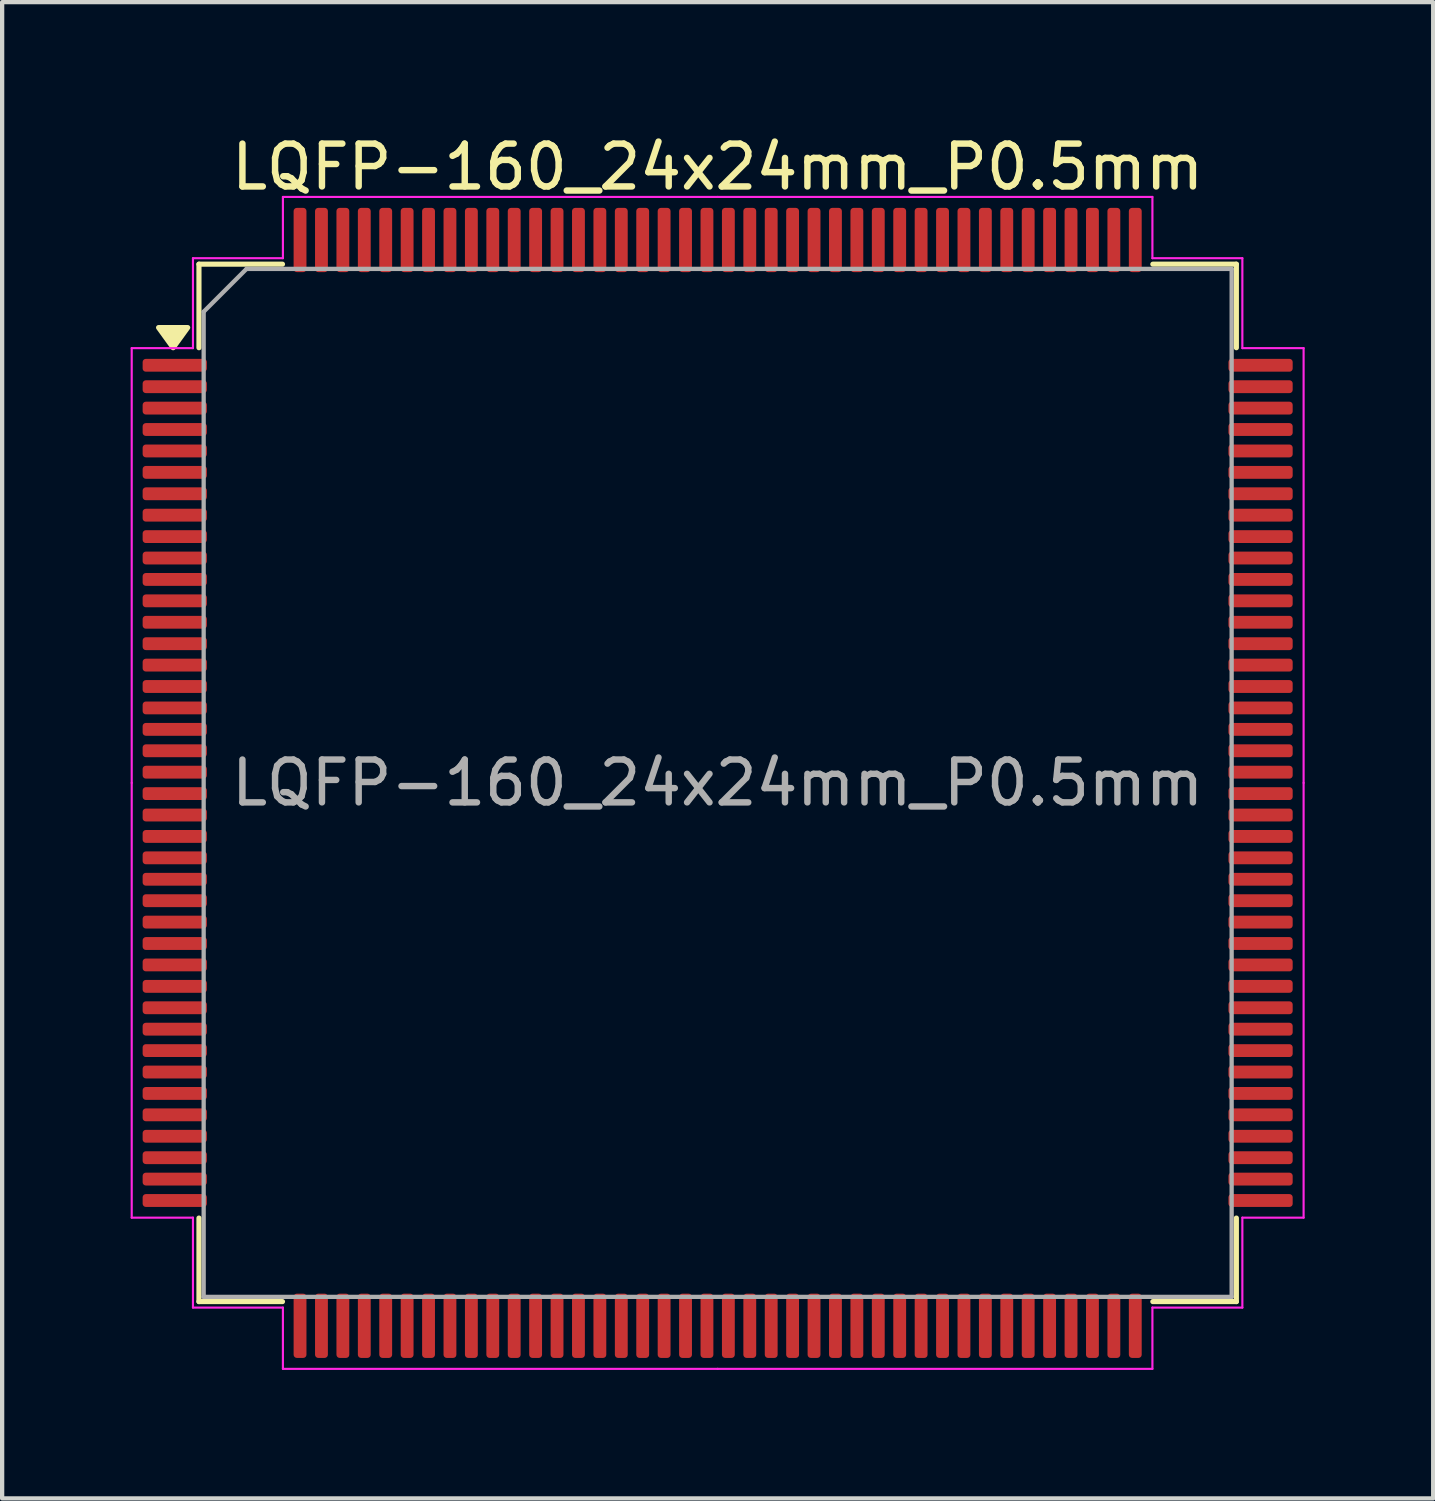
<source format=kicad_pcb>
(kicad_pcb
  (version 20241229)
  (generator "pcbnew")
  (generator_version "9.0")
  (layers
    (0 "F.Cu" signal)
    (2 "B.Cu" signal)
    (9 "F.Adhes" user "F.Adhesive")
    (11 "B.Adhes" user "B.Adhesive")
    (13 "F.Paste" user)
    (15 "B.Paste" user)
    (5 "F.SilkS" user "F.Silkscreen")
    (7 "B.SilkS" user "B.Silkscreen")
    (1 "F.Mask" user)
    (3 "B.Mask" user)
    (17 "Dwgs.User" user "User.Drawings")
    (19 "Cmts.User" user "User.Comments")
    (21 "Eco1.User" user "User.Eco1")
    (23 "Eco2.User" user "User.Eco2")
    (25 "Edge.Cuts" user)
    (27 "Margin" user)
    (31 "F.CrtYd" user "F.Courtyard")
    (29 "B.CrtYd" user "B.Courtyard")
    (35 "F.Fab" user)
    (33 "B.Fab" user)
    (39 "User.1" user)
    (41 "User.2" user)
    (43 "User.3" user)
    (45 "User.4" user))
  (footprint "LQFP-160_24x24mm_P0.5mm"
    (layer "F.Cu")
    (at 13.705 15.228)
    (property "Reference" "LQFP-160_24x24mm_P0.5mm" (at 0 -14.38 0) (layer "F.SilkS") (effects (font (size 1 1) (thickness 0.15))))
    (attr smd)
    (fp_line (start -12.11 -12.11) (end -12.11 -10.16) (stroke (width 0.12) (type solid)) (layer "F.SilkS"))
    (fp_line (start -12.11 12.11) (end -12.11 10.16) (stroke (width 0.12) (type solid)) (layer "F.SilkS"))
    (fp_line (start -10.16 -12.11) (end -12.11 -12.11) (stroke (width 0.12) (type solid)) (layer "F.SilkS"))
    (fp_line (start -10.16 12.11) (end -12.11 12.11) (stroke (width 0.12) (type solid)) (layer "F.SilkS"))
    (fp_line (start 10.16 -12.11) (end 12.11 -12.11) (stroke (width 0.12) (type solid)) (layer "F.SilkS"))
    (fp_line (start 10.16 12.11) (end 12.11 12.11) (stroke (width 0.12) (type solid)) (layer "F.SilkS"))
    (fp_line (start 12.11 -12.11) (end 12.11 -10.16) (stroke (width 0.12) (type solid)) (layer "F.SilkS"))
    (fp_line (start 12.11 12.11) (end 12.11 10.16) (stroke (width 0.12) (type solid)) (layer "F.SilkS"))
    (fp_poly (pts (xy -12.713 -10.16) (xy -13.053 -10.63) (xy -12.373 -10.63) (xy -12.713 -10.16)) (stroke (width 0.12) (type solid)) (fill yes) (layer "F.SilkS"))
    (fp_line (start -13.68 -10.15) (end -13.68 0) (stroke (width 0.05) (type solid)) (layer "F.CrtYd"))
    (fp_line (start -13.68 10.15) (end -13.68 0) (stroke (width 0.05) (type solid)) (layer "F.CrtYd"))
    (fp_line (start -12.25 -12.25) (end -12.25 -10.15) (stroke (width 0.05) (type solid)) (layer "F.CrtYd"))
    (fp_line (start -12.25 -10.15) (end -13.68 -10.15) (stroke (width 0.05) (type solid)) (layer "F.CrtYd"))
    (fp_line (start -12.25 10.15) (end -13.68 10.15) (stroke (width 0.05) (type solid)) (layer "F.CrtYd"))
    (fp_line (start -12.25 12.25) (end -12.25 10.15) (stroke (width 0.05) (type solid)) (layer "F.CrtYd"))
    (fp_line (start -10.15 -13.68) (end -10.15 -12.25) (stroke (width 0.05) (type solid)) (layer "F.CrtYd"))
    (fp_line (start -10.15 -12.25) (end -12.25 -12.25) (stroke (width 0.05) (type solid)) (layer "F.CrtYd"))
    (fp_line (start -10.15 12.25) (end -12.25 12.25) (stroke (width 0.05) (type solid)) (layer "F.CrtYd"))
    (fp_line (start -10.15 13.68) (end -10.15 12.25) (stroke (width 0.05) (type solid)) (layer "F.CrtYd"))
    (fp_line (start 0 -13.68) (end -10.15 -13.68) (stroke (width 0.05) (type solid)) (layer "F.CrtYd"))
    (fp_line (start 0 -13.68) (end 10.15 -13.68) (stroke (width 0.05) (type solid)) (layer "F.CrtYd"))
    (fp_line (start 0 13.68) (end -10.15 13.68) (stroke (width 0.05) (type solid)) (layer "F.CrtYd"))
    (fp_line (start 0 13.68) (end 10.15 13.68) (stroke (width 0.05) (type solid)) (layer "F.CrtYd"))
    (fp_line (start 10.15 -13.68) (end 10.15 -12.25) (stroke (width 0.05) (type solid)) (layer "F.CrtYd"))
    (fp_line (start 10.15 -12.25) (end 12.25 -12.25) (stroke (width 0.05) (type solid)) (layer "F.CrtYd"))
    (fp_line (start 10.15 12.25) (end 12.25 12.25) (stroke (width 0.05) (type solid)) (layer "F.CrtYd"))
    (fp_line (start 10.15 13.68) (end 10.15 12.25) (stroke (width 0.05) (type solid)) (layer "F.CrtYd"))
    (fp_line (start 12.25 -12.25) (end 12.25 -10.15) (stroke (width 0.05) (type solid)) (layer "F.CrtYd"))
    (fp_line (start 12.25 -10.15) (end 13.68 -10.15) (stroke (width 0.05) (type solid)) (layer "F.CrtYd"))
    (fp_line (start 12.25 10.15) (end 13.68 10.15) (stroke (width 0.05) (type solid)) (layer "F.CrtYd"))
    (fp_line (start 12.25 12.25) (end 12.25 10.15) (stroke (width 0.05) (type solid)) (layer "F.CrtYd"))
    (fp_line (start 13.68 -10.15) (end 13.68 0) (stroke (width 0.05) (type solid)) (layer "F.CrtYd"))
    (fp_line (start 13.68 10.15) (end 13.68 0) (stroke (width 0.05) (type solid)) (layer "F.CrtYd"))
    (fp_line (start -12 -11) (end -11 -12) (stroke (width 0.1) (type solid)) (layer "F.Fab"))
    (fp_line (start -12 12) (end -12 -11) (stroke (width 0.1) (type solid)) (layer "F.Fab"))
    (fp_line (start -11 -12) (end 12 -12) (stroke (width 0.1) (type solid)) (layer "F.Fab"))
    (fp_line (start 12 -12) (end 12 12) (stroke (width 0.1) (type solid)) (layer "F.Fab"))
    (fp_line (start 12 12) (end -12 12) (stroke (width 0.1) (type solid)) (layer "F.Fab"))
    (fp_text user "${REFERENCE}" (at 0 0 0) (layer "F.Fab") (effects (font (size 1 1) (thickness 0.15))))
    (pad "1" smd roundrect (at -12.675 -9.75) (size 1.5 0.3) (layers "F.Cu" "F.Mask" "F.Paste") (roundrect_rratio 0.25))
    (pad "2" smd roundrect (at -12.675 -9.25) (size 1.5 0.3) (layers "F.Cu" "F.Mask" "F.Paste") (roundrect_rratio 0.25))
    (pad "3" smd roundrect (at -12.675 -8.75) (size 1.5 0.3) (layers "F.Cu" "F.Mask" "F.Paste") (roundrect_rratio 0.25))
    (pad "4" smd roundrect (at -12.675 -8.25) (size 1.5 0.3) (layers "F.Cu" "F.Mask" "F.Paste") (roundrect_rratio 0.25))
    (pad "5" smd roundrect (at -12.675 -7.75) (size 1.5 0.3) (layers "F.Cu" "F.Mask" "F.Paste") (roundrect_rratio 0.25))
    (pad "6" smd roundrect (at -12.675 -7.25) (size 1.5 0.3) (layers "F.Cu" "F.Mask" "F.Paste") (roundrect_rratio 0.25))
    (pad "7" smd roundrect (at -12.675 -6.75) (size 1.5 0.3) (layers "F.Cu" "F.Mask" "F.Paste") (roundrect_rratio 0.25))
    (pad "8" smd roundrect (at -12.675 -6.25) (size 1.5 0.3) (layers "F.Cu" "F.Mask" "F.Paste") (roundrect_rratio 0.25))
    (pad "9" smd roundrect (at -12.675 -5.75) (size 1.5 0.3) (layers "F.Cu" "F.Mask" "F.Paste") (roundrect_rratio 0.25))
    (pad "10" smd roundrect (at -12.675 -5.25) (size 1.5 0.3) (layers "F.Cu" "F.Mask" "F.Paste") (roundrect_rratio 0.25))
    (pad "11" smd roundrect (at -12.675 -4.75) (size 1.5 0.3) (layers "F.Cu" "F.Mask" "F.Paste") (roundrect_rratio 0.25))
    (pad "12" smd roundrect (at -12.675 -4.25) (size 1.5 0.3) (layers "F.Cu" "F.Mask" "F.Paste") (roundrect_rratio 0.25))
    (pad "13" smd roundrect (at -12.675 -3.75) (size 1.5 0.3) (layers "F.Cu" "F.Mask" "F.Paste") (roundrect_rratio 0.25))
    (pad "14" smd roundrect (at -12.675 -3.25) (size 1.5 0.3) (layers "F.Cu" "F.Mask" "F.Paste") (roundrect_rratio 0.25))
    (pad "15" smd roundrect (at -12.675 -2.75) (size 1.5 0.3) (layers "F.Cu" "F.Mask" "F.Paste") (roundrect_rratio 0.25))
    (pad "16" smd roundrect (at -12.675 -2.25) (size 1.5 0.3) (layers "F.Cu" "F.Mask" "F.Paste") (roundrect_rratio 0.25))
    (pad "17" smd roundrect (at -12.675 -1.75) (size 1.5 0.3) (layers "F.Cu" "F.Mask" "F.Paste") (roundrect_rratio 0.25))
    (pad "18" smd roundrect (at -12.675 -1.25) (size 1.5 0.3) (layers "F.Cu" "F.Mask" "F.Paste") (roundrect_rratio 0.25))
    (pad "19" smd roundrect (at -12.675 -0.75) (size 1.5 0.3) (layers "F.Cu" "F.Mask" "F.Paste") (roundrect_rratio 0.25))
    (pad "20" smd roundrect (at -12.675 -0.25) (size 1.5 0.3) (layers "F.Cu" "F.Mask" "F.Paste") (roundrect_rratio 0.25))
    (pad "21" smd roundrect (at -12.675 0.25) (size 1.5 0.3) (layers "F.Cu" "F.Mask" "F.Paste") (roundrect_rratio 0.25))
    (pad "22" smd roundrect (at -12.675 0.75) (size 1.5 0.3) (layers "F.Cu" "F.Mask" "F.Paste") (roundrect_rratio 0.25))
    (pad "23" smd roundrect (at -12.675 1.25) (size 1.5 0.3) (layers "F.Cu" "F.Mask" "F.Paste") (roundrect_rratio 0.25))
    (pad "24" smd roundrect (at -12.675 1.75) (size 1.5 0.3) (layers "F.Cu" "F.Mask" "F.Paste") (roundrect_rratio 0.25))
    (pad "25" smd roundrect (at -12.675 2.25) (size 1.5 0.3) (layers "F.Cu" "F.Mask" "F.Paste") (roundrect_rratio 0.25))
    (pad "26" smd roundrect (at -12.675 2.75) (size 1.5 0.3) (layers "F.Cu" "F.Mask" "F.Paste") (roundrect_rratio 0.25))
    (pad "27" smd roundrect (at -12.675 3.25) (size 1.5 0.3) (layers "F.Cu" "F.Mask" "F.Paste") (roundrect_rratio 0.25))
    (pad "28" smd roundrect (at -12.675 3.75) (size 1.5 0.3) (layers "F.Cu" "F.Mask" "F.Paste") (roundrect_rratio 0.25))
    (pad "29" smd roundrect (at -12.675 4.25) (size 1.5 0.3) (layers "F.Cu" "F.Mask" "F.Paste") (roundrect_rratio 0.25))
    (pad "30" smd roundrect (at -12.675 4.75) (size 1.5 0.3) (layers "F.Cu" "F.Mask" "F.Paste") (roundrect_rratio 0.25))
    (pad "31" smd roundrect (at -12.675 5.25) (size 1.5 0.3) (layers "F.Cu" "F.Mask" "F.Paste") (roundrect_rratio 0.25))
    (pad "32" smd roundrect (at -12.675 5.75) (size 1.5 0.3) (layers "F.Cu" "F.Mask" "F.Paste") (roundrect_rratio 0.25))
    (pad "33" smd roundrect (at -12.675 6.25) (size 1.5 0.3) (layers "F.Cu" "F.Mask" "F.Paste") (roundrect_rratio 0.25))
    (pad "34" smd roundrect (at -12.675 6.75) (size 1.5 0.3) (layers "F.Cu" "F.Mask" "F.Paste") (roundrect_rratio 0.25))
    (pad "35" smd roundrect (at -12.675 7.25) (size 1.5 0.3) (layers "F.Cu" "F.Mask" "F.Paste") (roundrect_rratio 0.25))
    (pad "36" smd roundrect (at -12.675 7.75) (size 1.5 0.3) (layers "F.Cu" "F.Mask" "F.Paste") (roundrect_rratio 0.25))
    (pad "37" smd roundrect (at -12.675 8.25) (size 1.5 0.3) (layers "F.Cu" "F.Mask" "F.Paste") (roundrect_rratio 0.25))
    (pad "38" smd roundrect (at -12.675 8.75) (size 1.5 0.3) (layers "F.Cu" "F.Mask" "F.Paste") (roundrect_rratio 0.25))
    (pad "39" smd roundrect (at -12.675 9.25) (size 1.5 0.3) (layers "F.Cu" "F.Mask" "F.Paste") (roundrect_rratio 0.25))
    (pad "40" smd roundrect (at -12.675 9.75) (size 1.5 0.3) (layers "F.Cu" "F.Mask" "F.Paste") (roundrect_rratio 0.25))
    (pad "41" smd roundrect (at -9.75 12.675) (size 0.3 1.5) (layers "F.Cu" "F.Mask" "F.Paste") (roundrect_rratio 0.25))
    (pad "42" smd roundrect (at -9.25 12.675) (size 0.3 1.5) (layers "F.Cu" "F.Mask" "F.Paste") (roundrect_rratio 0.25))
    (pad "43" smd roundrect (at -8.75 12.675) (size 0.3 1.5) (layers "F.Cu" "F.Mask" "F.Paste") (roundrect_rratio 0.25))
    (pad "44" smd roundrect (at -8.25 12.675) (size 0.3 1.5) (layers "F.Cu" "F.Mask" "F.Paste") (roundrect_rratio 0.25))
    (pad "45" smd roundrect (at -7.75 12.675) (size 0.3 1.5) (layers "F.Cu" "F.Mask" "F.Paste") (roundrect_rratio 0.25))
    (pad "46" smd roundrect (at -7.25 12.675) (size 0.3 1.5) (layers "F.Cu" "F.Mask" "F.Paste") (roundrect_rratio 0.25))
    (pad "47" smd roundrect (at -6.75 12.675) (size 0.3 1.5) (layers "F.Cu" "F.Mask" "F.Paste") (roundrect_rratio 0.25))
    (pad "48" smd roundrect (at -6.25 12.675) (size 0.3 1.5) (layers "F.Cu" "F.Mask" "F.Paste") (roundrect_rratio 0.25))
    (pad "49" smd roundrect (at -5.75 12.675) (size 0.3 1.5) (layers "F.Cu" "F.Mask" "F.Paste") (roundrect_rratio 0.25))
    (pad "50" smd roundrect (at -5.25 12.675) (size 0.3 1.5) (layers "F.Cu" "F.Mask" "F.Paste") (roundrect_rratio 0.25))
    (pad "51" smd roundrect (at -4.75 12.675) (size 0.3 1.5) (layers "F.Cu" "F.Mask" "F.Paste") (roundrect_rratio 0.25))
    (pad "52" smd roundrect (at -4.25 12.675) (size 0.3 1.5) (layers "F.Cu" "F.Mask" "F.Paste") (roundrect_rratio 0.25))
    (pad "53" smd roundrect (at -3.75 12.675) (size 0.3 1.5) (layers "F.Cu" "F.Mask" "F.Paste") (roundrect_rratio 0.25))
    (pad "54" smd roundrect (at -3.25 12.675) (size 0.3 1.5) (layers "F.Cu" "F.Mask" "F.Paste") (roundrect_rratio 0.25))
    (pad "55" smd roundrect (at -2.75 12.675) (size 0.3 1.5) (layers "F.Cu" "F.Mask" "F.Paste") (roundrect_rratio 0.25))
    (pad "56" smd roundrect (at -2.25 12.675) (size 0.3 1.5) (layers "F.Cu" "F.Mask" "F.Paste") (roundrect_rratio 0.25))
    (pad "57" smd roundrect (at -1.75 12.675) (size 0.3 1.5) (layers "F.Cu" "F.Mask" "F.Paste") (roundrect_rratio 0.25))
    (pad "58" smd roundrect (at -1.25 12.675) (size 0.3 1.5) (layers "F.Cu" "F.Mask" "F.Paste") (roundrect_rratio 0.25))
    (pad "59" smd roundrect (at -0.75 12.675) (size 0.3 1.5) (layers "F.Cu" "F.Mask" "F.Paste") (roundrect_rratio 0.25))
    (pad "60" smd roundrect (at -0.25 12.675) (size 0.3 1.5) (layers "F.Cu" "F.Mask" "F.Paste") (roundrect_rratio 0.25))
    (pad "61" smd roundrect (at 0.25 12.675) (size 0.3 1.5) (layers "F.Cu" "F.Mask" "F.Paste") (roundrect_rratio 0.25))
    (pad "62" smd roundrect (at 0.75 12.675) (size 0.3 1.5) (layers "F.Cu" "F.Mask" "F.Paste") (roundrect_rratio 0.25))
    (pad "63" smd roundrect (at 1.25 12.675) (size 0.3 1.5) (layers "F.Cu" "F.Mask" "F.Paste") (roundrect_rratio 0.25))
    (pad "64" smd roundrect (at 1.75 12.675) (size 0.3 1.5) (layers "F.Cu" "F.Mask" "F.Paste") (roundrect_rratio 0.25))
    (pad "65" smd roundrect (at 2.25 12.675) (size 0.3 1.5) (layers "F.Cu" "F.Mask" "F.Paste") (roundrect_rratio 0.25))
    (pad "66" smd roundrect (at 2.75 12.675) (size 0.3 1.5) (layers "F.Cu" "F.Mask" "F.Paste") (roundrect_rratio 0.25))
    (pad "67" smd roundrect (at 3.25 12.675) (size 0.3 1.5) (layers "F.Cu" "F.Mask" "F.Paste") (roundrect_rratio 0.25))
    (pad "68" smd roundrect (at 3.75 12.675) (size 0.3 1.5) (layers "F.Cu" "F.Mask" "F.Paste") (roundrect_rratio 0.25))
    (pad "69" smd roundrect (at 4.25 12.675) (size 0.3 1.5) (layers "F.Cu" "F.Mask" "F.Paste") (roundrect_rratio 0.25))
    (pad "70" smd roundrect (at 4.75 12.675) (size 0.3 1.5) (layers "F.Cu" "F.Mask" "F.Paste") (roundrect_rratio 0.25))
    (pad "71" smd roundrect (at 5.25 12.675) (size 0.3 1.5) (layers "F.Cu" "F.Mask" "F.Paste") (roundrect_rratio 0.25))
    (pad "72" smd roundrect (at 5.75 12.675) (size 0.3 1.5) (layers "F.Cu" "F.Mask" "F.Paste") (roundrect_rratio 0.25))
    (pad "73" smd roundrect (at 6.25 12.675) (size 0.3 1.5) (layers "F.Cu" "F.Mask" "F.Paste") (roundrect_rratio 0.25))
    (pad "74" smd roundrect (at 6.75 12.675) (size 0.3 1.5) (layers "F.Cu" "F.Mask" "F.Paste") (roundrect_rratio 0.25))
    (pad "75" smd roundrect (at 7.25 12.675) (size 0.3 1.5) (layers "F.Cu" "F.Mask" "F.Paste") (roundrect_rratio 0.25))
    (pad "76" smd roundrect (at 7.75 12.675) (size 0.3 1.5) (layers "F.Cu" "F.Mask" "F.Paste") (roundrect_rratio 0.25))
    (pad "77" smd roundrect (at 8.25 12.675) (size 0.3 1.5) (layers "F.Cu" "F.Mask" "F.Paste") (roundrect_rratio 0.25))
    (pad "78" smd roundrect (at 8.75 12.675) (size 0.3 1.5) (layers "F.Cu" "F.Mask" "F.Paste") (roundrect_rratio 0.25))
    (pad "79" smd roundrect (at 9.25 12.675) (size 0.3 1.5) (layers "F.Cu" "F.Mask" "F.Paste") (roundrect_rratio 0.25))
    (pad "80" smd roundrect (at 9.75 12.675) (size 0.3 1.5) (layers "F.Cu" "F.Mask" "F.Paste") (roundrect_rratio 0.25))
    (pad "81" smd roundrect (at 12.675 9.75) (size 1.5 0.3) (layers "F.Cu" "F.Mask" "F.Paste") (roundrect_rratio 0.25))
    (pad "82" smd roundrect (at 12.675 9.25) (size 1.5 0.3) (layers "F.Cu" "F.Mask" "F.Paste") (roundrect_rratio 0.25))
    (pad "83" smd roundrect (at 12.675 8.75) (size 1.5 0.3) (layers "F.Cu" "F.Mask" "F.Paste") (roundrect_rratio 0.25))
    (pad "84" smd roundrect (at 12.675 8.25) (size 1.5 0.3) (layers "F.Cu" "F.Mask" "F.Paste") (roundrect_rratio 0.25))
    (pad "85" smd roundrect (at 12.675 7.75) (size 1.5 0.3) (layers "F.Cu" "F.Mask" "F.Paste") (roundrect_rratio 0.25))
    (pad "86" smd roundrect (at 12.675 7.25) (size 1.5 0.3) (layers "F.Cu" "F.Mask" "F.Paste") (roundrect_rratio 0.25))
    (pad "87" smd roundrect (at 12.675 6.75) (size 1.5 0.3) (layers "F.Cu" "F.Mask" "F.Paste") (roundrect_rratio 0.25))
    (pad "88" smd roundrect (at 12.675 6.25) (size 1.5 0.3) (layers "F.Cu" "F.Mask" "F.Paste") (roundrect_rratio 0.25))
    (pad "89" smd roundrect (at 12.675 5.75) (size 1.5 0.3) (layers "F.Cu" "F.Mask" "F.Paste") (roundrect_rratio 0.25))
    (pad "90" smd roundrect (at 12.675 5.25) (size 1.5 0.3) (layers "F.Cu" "F.Mask" "F.Paste") (roundrect_rratio 0.25))
    (pad "91" smd roundrect (at 12.675 4.75) (size 1.5 0.3) (layers "F.Cu" "F.Mask" "F.Paste") (roundrect_rratio 0.25))
    (pad "92" smd roundrect (at 12.675 4.25) (size 1.5 0.3) (layers "F.Cu" "F.Mask" "F.Paste") (roundrect_rratio 0.25))
    (pad "93" smd roundrect (at 12.675 3.75) (size 1.5 0.3) (layers "F.Cu" "F.Mask" "F.Paste") (roundrect_rratio 0.25))
    (pad "94" smd roundrect (at 12.675 3.25) (size 1.5 0.3) (layers "F.Cu" "F.Mask" "F.Paste") (roundrect_rratio 0.25))
    (pad "95" smd roundrect (at 12.675 2.75) (size 1.5 0.3) (layers "F.Cu" "F.Mask" "F.Paste") (roundrect_rratio 0.25))
    (pad "96" smd roundrect (at 12.675 2.25) (size 1.5 0.3) (layers "F.Cu" "F.Mask" "F.Paste") (roundrect_rratio 0.25))
    (pad "97" smd roundrect (at 12.675 1.75) (size 1.5 0.3) (layers "F.Cu" "F.Mask" "F.Paste") (roundrect_rratio 0.25))
    (pad "98" smd roundrect (at 12.675 1.25) (size 1.5 0.3) (layers "F.Cu" "F.Mask" "F.Paste") (roundrect_rratio 0.25))
    (pad "99" smd roundrect (at 12.675 0.75) (size 1.5 0.3) (layers "F.Cu" "F.Mask" "F.Paste") (roundrect_rratio 0.25))
    (pad "100" smd roundrect (at 12.675 0.25) (size 1.5 0.3) (layers "F.Cu" "F.Mask" "F.Paste") (roundrect_rratio 0.25))
    (pad "101" smd roundrect (at 12.675 -0.25) (size 1.5 0.3) (layers "F.Cu" "F.Mask" "F.Paste") (roundrect_rratio 0.25))
    (pad "102" smd roundrect (at 12.675 -0.75) (size 1.5 0.3) (layers "F.Cu" "F.Mask" "F.Paste") (roundrect_rratio 0.25))
    (pad "103" smd roundrect (at 12.675 -1.25) (size 1.5 0.3) (layers "F.Cu" "F.Mask" "F.Paste") (roundrect_rratio 0.25))
    (pad "104" smd roundrect (at 12.675 -1.75) (size 1.5 0.3) (layers "F.Cu" "F.Mask" "F.Paste") (roundrect_rratio 0.25))
    (pad "105" smd roundrect (at 12.675 -2.25) (size 1.5 0.3) (layers "F.Cu" "F.Mask" "F.Paste") (roundrect_rratio 0.25))
    (pad "106" smd roundrect (at 12.675 -2.75) (size 1.5 0.3) (layers "F.Cu" "F.Mask" "F.Paste") (roundrect_rratio 0.25))
    (pad "107" smd roundrect (at 12.675 -3.25) (size 1.5 0.3) (layers "F.Cu" "F.Mask" "F.Paste") (roundrect_rratio 0.25))
    (pad "108" smd roundrect (at 12.675 -3.75) (size 1.5 0.3) (layers "F.Cu" "F.Mask" "F.Paste") (roundrect_rratio 0.25))
    (pad "109" smd roundrect (at 12.675 -4.25) (size 1.5 0.3) (layers "F.Cu" "F.Mask" "F.Paste") (roundrect_rratio 0.25))
    (pad "110" smd roundrect (at 12.675 -4.75) (size 1.5 0.3) (layers "F.Cu" "F.Mask" "F.Paste") (roundrect_rratio 0.25))
    (pad "111" smd roundrect (at 12.675 -5.25) (size 1.5 0.3) (layers "F.Cu" "F.Mask" "F.Paste") (roundrect_rratio 0.25))
    (pad "112" smd roundrect (at 12.675 -5.75) (size 1.5 0.3) (layers "F.Cu" "F.Mask" "F.Paste") (roundrect_rratio 0.25))
    (pad "113" smd roundrect (at 12.675 -6.25) (size 1.5 0.3) (layers "F.Cu" "F.Mask" "F.Paste") (roundrect_rratio 0.25))
    (pad "114" smd roundrect (at 12.675 -6.75) (size 1.5 0.3) (layers "F.Cu" "F.Mask" "F.Paste") (roundrect_rratio 0.25))
    (pad "115" smd roundrect (at 12.675 -7.25) (size 1.5 0.3) (layers "F.Cu" "F.Mask" "F.Paste") (roundrect_rratio 0.25))
    (pad "116" smd roundrect (at 12.675 -7.75) (size 1.5 0.3) (layers "F.Cu" "F.Mask" "F.Paste") (roundrect_rratio 0.25))
    (pad "117" smd roundrect (at 12.675 -8.25) (size 1.5 0.3) (layers "F.Cu" "F.Mask" "F.Paste") (roundrect_rratio 0.25))
    (pad "118" smd roundrect (at 12.675 -8.75) (size 1.5 0.3) (layers "F.Cu" "F.Mask" "F.Paste") (roundrect_rratio 0.25))
    (pad "119" smd roundrect (at 12.675 -9.25) (size 1.5 0.3) (layers "F.Cu" "F.Mask" "F.Paste") (roundrect_rratio 0.25))
    (pad "120" smd roundrect (at 12.675 -9.75) (size 1.5 0.3) (layers "F.Cu" "F.Mask" "F.Paste") (roundrect_rratio 0.25))
    (pad "121" smd roundrect (at 9.75 -12.675) (size 0.3 1.5) (layers "F.Cu" "F.Mask" "F.Paste") (roundrect_rratio 0.25))
    (pad "122" smd roundrect (at 9.25 -12.675) (size 0.3 1.5) (layers "F.Cu" "F.Mask" "F.Paste") (roundrect_rratio 0.25))
    (pad "123" smd roundrect (at 8.75 -12.675) (size 0.3 1.5) (layers "F.Cu" "F.Mask" "F.Paste") (roundrect_rratio 0.25))
    (pad "124" smd roundrect (at 8.25 -12.675) (size 0.3 1.5) (layers "F.Cu" "F.Mask" "F.Paste") (roundrect_rratio 0.25))
    (pad "125" smd roundrect (at 7.75 -12.675) (size 0.3 1.5) (layers "F.Cu" "F.Mask" "F.Paste") (roundrect_rratio 0.25))
    (pad "126" smd roundrect (at 7.25 -12.675) (size 0.3 1.5) (layers "F.Cu" "F.Mask" "F.Paste") (roundrect_rratio 0.25))
    (pad "127" smd roundrect (at 6.75 -12.675) (size 0.3 1.5) (layers "F.Cu" "F.Mask" "F.Paste") (roundrect_rratio 0.25))
    (pad "128" smd roundrect (at 6.25 -12.675) (size 0.3 1.5) (layers "F.Cu" "F.Mask" "F.Paste") (roundrect_rratio 0.25))
    (pad "129" smd roundrect (at 5.75 -12.675) (size 0.3 1.5) (layers "F.Cu" "F.Mask" "F.Paste") (roundrect_rratio 0.25))
    (pad "130" smd roundrect (at 5.25 -12.675) (size 0.3 1.5) (layers "F.Cu" "F.Mask" "F.Paste") (roundrect_rratio 0.25))
    (pad "131" smd roundrect (at 4.75 -12.675) (size 0.3 1.5) (layers "F.Cu" "F.Mask" "F.Paste") (roundrect_rratio 0.25))
    (pad "132" smd roundrect (at 4.25 -12.675) (size 0.3 1.5) (layers "F.Cu" "F.Mask" "F.Paste") (roundrect_rratio 0.25))
    (pad "133" smd roundrect (at 3.75 -12.675) (size 0.3 1.5) (layers "F.Cu" "F.Mask" "F.Paste") (roundrect_rratio 0.25))
    (pad "134" smd roundrect (at 3.25 -12.675) (size 0.3 1.5) (layers "F.Cu" "F.Mask" "F.Paste") (roundrect_rratio 0.25))
    (pad "135" smd roundrect (at 2.75 -12.675) (size 0.3 1.5) (layers "F.Cu" "F.Mask" "F.Paste") (roundrect_rratio 0.25))
    (pad "136" smd roundrect (at 2.25 -12.675) (size 0.3 1.5) (layers "F.Cu" "F.Mask" "F.Paste") (roundrect_rratio 0.25))
    (pad "137" smd roundrect (at 1.75 -12.675) (size 0.3 1.5) (layers "F.Cu" "F.Mask" "F.Paste") (roundrect_rratio 0.25))
    (pad "138" smd roundrect (at 1.25 -12.675) (size 0.3 1.5) (layers "F.Cu" "F.Mask" "F.Paste") (roundrect_rratio 0.25))
    (pad "139" smd roundrect (at 0.75 -12.675) (size 0.3 1.5) (layers "F.Cu" "F.Mask" "F.Paste") (roundrect_rratio 0.25))
    (pad "140" smd roundrect (at 0.25 -12.675) (size 0.3 1.5) (layers "F.Cu" "F.Mask" "F.Paste") (roundrect_rratio 0.25))
    (pad "141" smd roundrect (at -0.25 -12.675) (size 0.3 1.5) (layers "F.Cu" "F.Mask" "F.Paste") (roundrect_rratio 0.25))
    (pad "142" smd roundrect (at -0.75 -12.675) (size 0.3 1.5) (layers "F.Cu" "F.Mask" "F.Paste") (roundrect_rratio 0.25))
    (pad "143" smd roundrect (at -1.25 -12.675) (size 0.3 1.5) (layers "F.Cu" "F.Mask" "F.Paste") (roundrect_rratio 0.25))
    (pad "144" smd roundrect (at -1.75 -12.675) (size 0.3 1.5) (layers "F.Cu" "F.Mask" "F.Paste") (roundrect_rratio 0.25))
    (pad "145" smd roundrect (at -2.25 -12.675) (size 0.3 1.5) (layers "F.Cu" "F.Mask" "F.Paste") (roundrect_rratio 0.25))
    (pad "146" smd roundrect (at -2.75 -12.675) (size 0.3 1.5) (layers "F.Cu" "F.Mask" "F.Paste") (roundrect_rratio 0.25))
    (pad "147" smd roundrect (at -3.25 -12.675) (size 0.3 1.5) (layers "F.Cu" "F.Mask" "F.Paste") (roundrect_rratio 0.25))
    (pad "148" smd roundrect (at -3.75 -12.675) (size 0.3 1.5) (layers "F.Cu" "F.Mask" "F.Paste") (roundrect_rratio 0.25))
    (pad "149" smd roundrect (at -4.25 -12.675) (size 0.3 1.5) (layers "F.Cu" "F.Mask" "F.Paste") (roundrect_rratio 0.25))
    (pad "150" smd roundrect (at -4.75 -12.675) (size 0.3 1.5) (layers "F.Cu" "F.Mask" "F.Paste") (roundrect_rratio 0.25))
    (pad "151" smd roundrect (at -5.25 -12.675) (size 0.3 1.5) (layers "F.Cu" "F.Mask" "F.Paste") (roundrect_rratio 0.25))
    (pad "152" smd roundrect (at -5.75 -12.675) (size 0.3 1.5) (layers "F.Cu" "F.Mask" "F.Paste") (roundrect_rratio 0.25))
    (pad "153" smd roundrect (at -6.25 -12.675) (size 0.3 1.5) (layers "F.Cu" "F.Mask" "F.Paste") (roundrect_rratio 0.25))
    (pad "154" smd roundrect (at -6.75 -12.675) (size 0.3 1.5) (layers "F.Cu" "F.Mask" "F.Paste") (roundrect_rratio 0.25))
    (pad "155" smd roundrect (at -7.25 -12.675) (size 0.3 1.5) (layers "F.Cu" "F.Mask" "F.Paste") (roundrect_rratio 0.25))
    (pad "156" smd roundrect (at -7.75 -12.675) (size 0.3 1.5) (layers "F.Cu" "F.Mask" "F.Paste") (roundrect_rratio 0.25))
    (pad "157" smd roundrect (at -8.25 -12.675) (size 0.3 1.5) (layers "F.Cu" "F.Mask" "F.Paste") (roundrect_rratio 0.25))
    (pad "158" smd roundrect (at -8.75 -12.675) (size 0.3 1.5) (layers "F.Cu" "F.Mask" "F.Paste") (roundrect_rratio 0.25))
    (pad "159" smd roundrect (at -9.25 -12.675) (size 0.3 1.5) (layers "F.Cu" "F.Mask" "F.Paste") (roundrect_rratio 0.25))
    (pad "160" smd roundrect (at -9.75 -12.675) (size 0.3 1.5) (layers "F.Cu" "F.Mask" "F.Paste") (roundrect_rratio 0.25)))
  (gr_rect
    (start -3 -3)
    (end 30.41 31.933)
    (stroke (width 0.1) (type default))
    (fill no)
    (layer "Edge.Cuts")))
</source>
